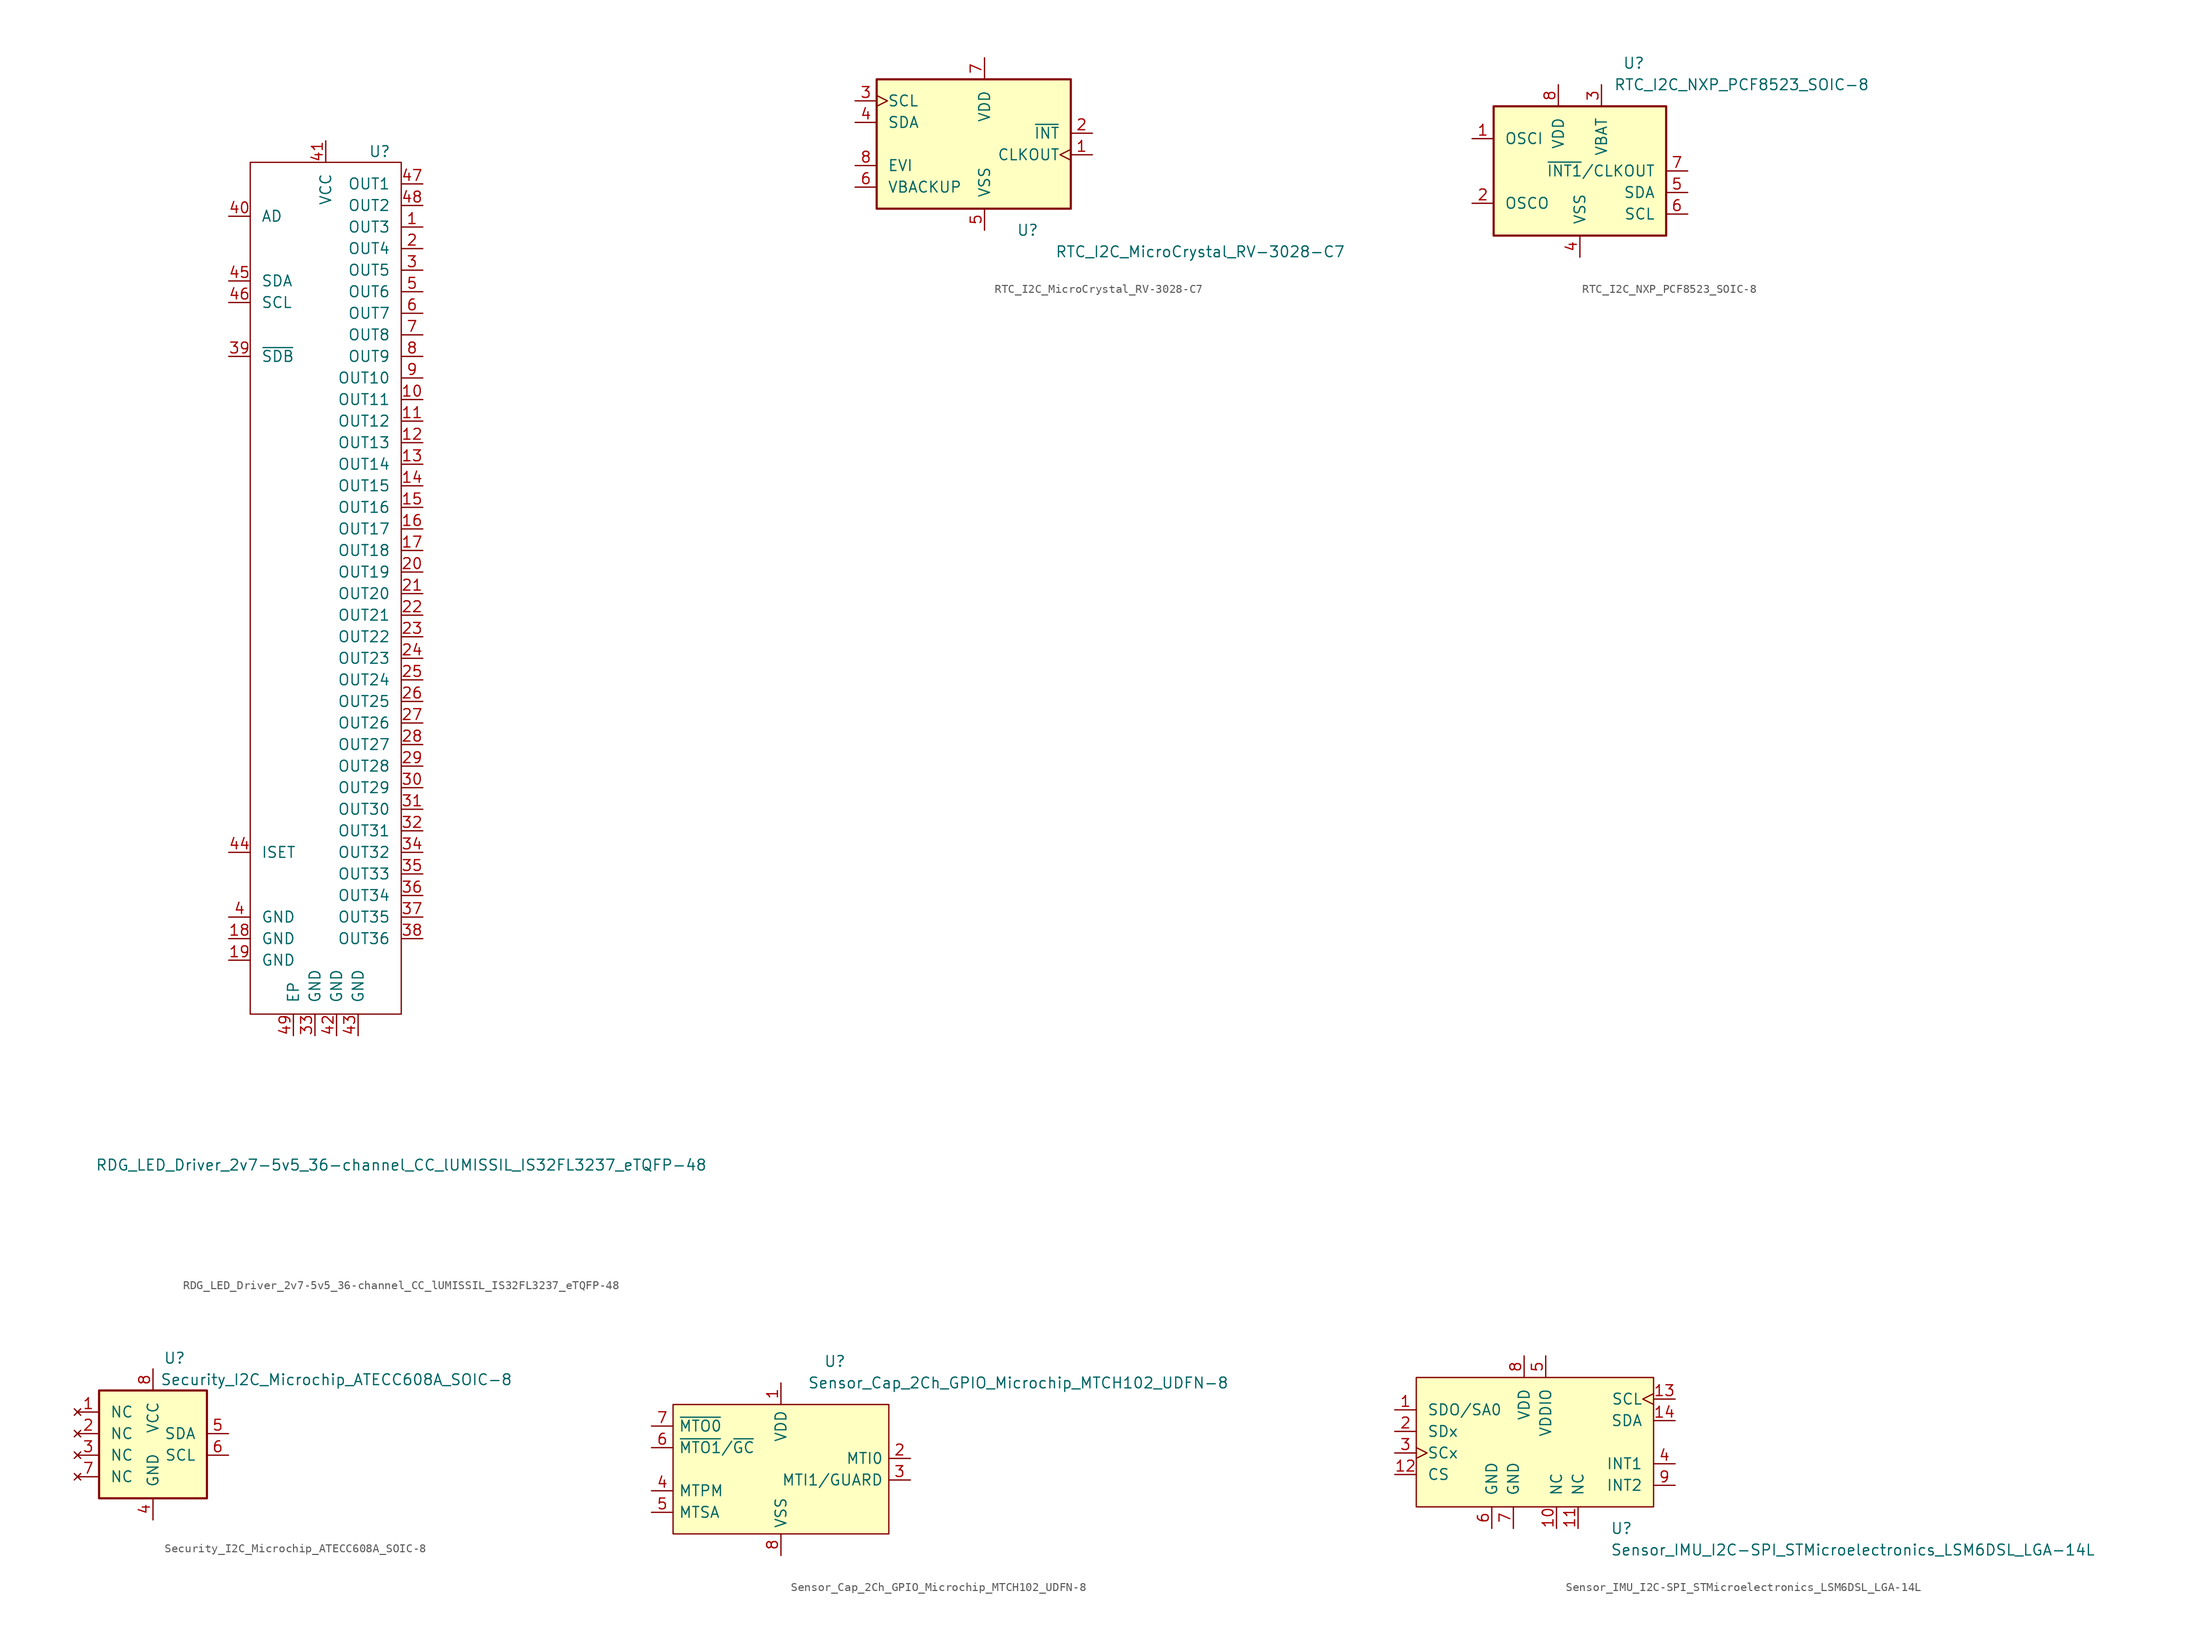
<source format=kicad_sym>
(kicad_symbol_lib
  (version 20211014)
  (generator kicad_symbol_editor)
  (symbol "RDG_LED_Driver_2v7-5v5_36-channel_CC_lUMISSIL_IS32FL3237_eTQFP-48"
    (pin_names
      (offset 1.27))
    (property "Reference" "U"
      (at 6.35 12.7 0)
      (effects (font (size 1.27 1.27))))
    (property "Value" "RDG_LED_Driver_2v7-5v5_36-channel_CC_lUMISSIL_IS32FL3237_eTQFP-48"
      (at 8.89 -106.68 0)
      (effects (font (size 1.27 1.27))))
    (symbol "RDG_LED_Driver_2v7-5v5_36-channel_CC_lUMISSIL_IS32FL3237_eTQFP-48_0_1"
      (rectangle (start -8.89 -88.9) (end 8.89 11.43) (stroke (width 0) (type default) (color 0 0 0 0)) (fill (type none))))
    (symbol "RDG_LED_Driver_2v7-5v5_36-channel_CC_lUMISSIL_IS32FL3237_eTQFP-48_1_1"
      (pin power_in line (at 11.43 3.81 180) (length 2.54) (name "OUT3" (effects (font (size 1.27 1.27)))) (number "1" (effects (font (size 1.27 1.27)))))
      (pin power_in line (at 11.43 -16.51 180) (length 2.54) (name "OUT11" (effects (font (size 1.27 1.27)))) (number "10" (effects (font (size 1.27 1.27)))))
      (pin power_in line (at 11.43 -19.05 180) (length 2.54) (name "OUT12" (effects (font (size 1.27 1.27)))) (number "11" (effects (font (size 1.27 1.27)))))
      (pin power_in line (at 11.43 -21.59 180) (length 2.54) (name "OUT13" (effects (font (size 1.27 1.27)))) (number "12" (effects (font (size 1.27 1.27)))))
      (pin power_in line (at 11.43 -24.13 180) (length 2.54) (name "OUT14" (effects (font (size 1.27 1.27)))) (number "13" (effects (font (size 1.27 1.27)))))
      (pin power_in line (at 11.43 -26.67 180) (length 2.54) (name "OUT15" (effects (font (size 1.27 1.27)))) (number "14" (effects (font (size 1.27 1.27)))))
      (pin power_in line (at 11.43 -29.21 180) (length 2.54) (name "OUT16" (effects (font (size 1.27 1.27)))) (number "15" (effects (font (size 1.27 1.27)))))
      (pin power_in line (at 11.43 -31.75 180) (length 2.54) (name "OUT17" (effects (font (size 1.27 1.27)))) (number "16" (effects (font (size 1.27 1.27)))))
      (pin power_in line (at 11.43 -34.29 180) (length 2.54) (name "OUT18" (effects (font (size 1.27 1.27)))) (number "17" (effects (font (size 1.27 1.27)))))
      (pin power_out line (at -11.43 -80.01 0) (length 2.54) (name "GND" (effects (font (size 1.27 1.27)))) (number "18" (effects (font (size 1.27 1.27)))))
      (pin power_out line (at -11.43 -82.55 0) (length 2.54) (name "GND" (effects (font (size 1.27 1.27)))) (number "19" (effects (font (size 1.27 1.27)))))
      (pin power_in line (at 11.43 1.27 180) (length 2.54) (name "OUT4" (effects (font (size 1.27 1.27)))) (number "2" (effects (font (size 1.27 1.27)))))
      (pin power_in line (at 11.43 -36.83 180) (length 2.54) (name "OUT19" (effects (font (size 1.27 1.27)))) (number "20" (effects (font (size 1.27 1.27)))))
      (pin power_in line (at 11.43 -39.37 180) (length 2.54) (name "OUT20" (effects (font (size 1.27 1.27)))) (number "21" (effects (font (size 1.27 1.27)))))
      (pin power_in line (at 11.43 -41.91 180) (length 2.54) (name "OUT21" (effects (font (size 1.27 1.27)))) (number "22" (effects (font (size 1.27 1.27)))))
      (pin power_in line (at 11.43 -44.45 180) (length 2.54) (name "OUT22" (effects (font (size 1.27 1.27)))) (number "23" (effects (font (size 1.27 1.27)))))
      (pin power_in line (at 11.43 -46.99 180) (length 2.54) (name "OUT23" (effects (font (size 1.27 1.27)))) (number "24" (effects (font (size 1.27 1.27)))))
      (pin power_in line (at 11.43 -49.53 180) (length 2.54) (name "OUT24" (effects (font (size 1.27 1.27)))) (number "25" (effects (font (size 1.27 1.27)))))
      (pin power_in line (at 11.43 -52.07 180) (length 2.54) (name "OUT25" (effects (font (size 1.27 1.27)))) (number "26" (effects (font (size 1.27 1.27)))))
      (pin power_in line (at 11.43 -54.61 180) (length 2.54) (name "OUT26" (effects (font (size 1.27 1.27)))) (number "27" (effects (font (size 1.27 1.27)))))
      (pin power_in line (at 11.43 -57.15 180) (length 2.54) (name "OUT27" (effects (font (size 1.27 1.27)))) (number "28" (effects (font (size 1.27 1.27)))))
      (pin power_in line (at 11.43 -59.69 180) (length 2.54) (name "OUT28" (effects (font (size 1.27 1.27)))) (number "29" (effects (font (size 1.27 1.27)))))
      (pin power_in line (at 11.43 -1.27 180) (length 2.54) (name "OUT5" (effects (font (size 1.27 1.27)))) (number "3" (effects (font (size 1.27 1.27)))))
      (pin power_in line (at 11.43 -62.23 180) (length 2.54) (name "OUT29" (effects (font (size 1.27 1.27)))) (number "30" (effects (font (size 1.27 1.27)))))
      (pin power_in line (at 11.43 -64.77 180) (length 2.54) (name "OUT30" (effects (font (size 1.27 1.27)))) (number "31" (effects (font (size 1.27 1.27)))))
      (pin power_in line (at 11.43 -67.31 180) (length 2.54) (name "OUT31" (effects (font (size 1.27 1.27)))) (number "32" (effects (font (size 1.27 1.27)))))
      (pin power_out line (at -1.27 -91.44 90) (length 2.54) (name "GND" (effects (font (size 1.27 1.27)))) (number "33" (effects (font (size 1.27 1.27)))))
      (pin power_in line (at 11.43 -69.85 180) (length 2.54) (name "OUT32" (effects (font (size 1.27 1.27)))) (number "34" (effects (font (size 1.27 1.27)))))
      (pin power_in line (at 11.43 -72.39 180) (length 2.54) (name "OUT33" (effects (font (size 1.27 1.27)))) (number "35" (effects (font (size 1.27 1.27)))))
      (pin power_in line (at 11.43 -74.93 180) (length 2.54) (name "OUT34" (effects (font (size 1.27 1.27)))) (number "36" (effects (font (size 1.27 1.27)))))
      (pin power_in line (at 11.43 -77.47 180) (length 2.54) (name "OUT35" (effects (font (size 1.27 1.27)))) (number "37" (effects (font (size 1.27 1.27)))))
      (pin power_in line (at 11.43 -80.01 180) (length 2.54) (name "OUT36" (effects (font (size 1.27 1.27)))) (number "38" (effects (font (size 1.27 1.27)))))
      (pin input line (at -11.43 -11.43 0) (length 2.54) (name "~{SDB}" (effects (font (size 1.27 1.27)))) (number "39" (effects (font (size 1.27 1.27)))))
      (pin power_out line (at -11.43 -77.47 0) (length 2.54) (name "GND" (effects (font (size 1.27 1.27)))) (number "4" (effects (font (size 1.27 1.27)))))
      (pin input line (at -11.43 5.08 0) (length 2.54) (name "AD" (effects (font (size 1.27 1.27)))) (number "40" (effects (font (size 1.27 1.27)))))
      (pin power_in line (at 0 13.97 270) (length 2.54) (name "VCC" (effects (font (size 1.27 1.27)))) (number "41" (effects (font (size 1.27 1.27)))))
      (pin power_out line (at 1.27 -91.44 90) (length 2.54) (name "GND" (effects (font (size 1.27 1.27)))) (number "42" (effects (font (size 1.27 1.27)))))
      (pin power_out line (at 3.81 -91.44 90) (length 2.54) (name "GND" (effects (font (size 1.27 1.27)))) (number "43" (effects (font (size 1.27 1.27)))))
      (pin power_out line (at -11.43 -69.85 0) (length 2.54) (name "ISET" (effects (font (size 1.27 1.27)))) (number "44" (effects (font (size 1.27 1.27)))))
      (pin input line (at -11.43 -2.54 0) (length 2.54) (name "SDA" (effects (font (size 1.27 1.27)))) (number "45" (effects (font (size 1.27 1.27)))))
      (pin input line (at -11.43 -5.08 0) (length 2.54) (name "SCL" (effects (font (size 1.27 1.27)))) (number "46" (effects (font (size 1.27 1.27)))))
      (pin power_in line (at 11.43 8.89 180) (length 2.54) (name "OUT1" (effects (font (size 1.27 1.27)))) (number "47" (effects (font (size 1.27 1.27)))))
      (pin power_in line (at 11.43 6.35 180) (length 2.54) (name "OUT2" (effects (font (size 1.27 1.27)))) (number "48" (effects (font (size 1.27 1.27)))))
      (pin power_out line (at -3.81 -91.44 90) (length 2.54) (name "EP" (effects (font (size 1.27 1.27)))) (number "49" (effects (font (size 1.27 1.27)))))
      (pin power_in line (at 11.43 -3.81 180) (length 2.54) (name "OUT6" (effects (font (size 1.27 1.27)))) (number "5" (effects (font (size 1.27 1.27)))))
      (pin power_in line (at 11.43 -6.35 180) (length 2.54) (name "OUT7" (effects (font (size 1.27 1.27)))) (number "6" (effects (font (size 1.27 1.27)))))
      (pin power_in line (at 11.43 -8.89 180) (length 2.54) (name "OUT8" (effects (font (size 1.27 1.27)))) (number "7" (effects (font (size 1.27 1.27)))))
      (pin power_in line (at 11.43 -11.43 180) (length 2.54) (name "OUT9" (effects (font (size 1.27 1.27)))) (number "8" (effects (font (size 1.27 1.27)))))
      (pin power_in line (at 11.43 -13.97 180) (length 2.54) (name "OUT10" (effects (font (size 1.27 1.27)))) (number "9" (effects (font (size 1.27 1.27)))))))
  (symbol "RTC_I2C_MicroCrystal_RV-3028-C7"
    (pin_names
      (offset 1.27))
    (property "Reference" "U"
      (at 6.35 -10.16 0)
      (effects (font (size 1.27 1.27))))
    (property "Value" "RTC_I2C_MicroCrystal_RV-3028-C7"
      (at 26.67 -12.7 0)
      (effects (font (size 1.27 1.27))))
    (symbol "RTC_I2C_MicroCrystal_RV-3028-C7_1_1"
      (rectangle (start 11.43 7.62) (end -11.43 -7.62) (stroke (width 0.254) (type default) (color 0 0 0 0)) (fill (type background)))
      (pin output clock (at 13.97 -1.27 180) (length 2.54) (name "CLKOUT" (effects (font (size 1.27 1.27)))) (number "1" (effects (font (size 1.27 1.27)))))
      (pin open_collector line (at 13.97 1.27 180) (length 2.54) (name "~{INT}" (effects (font (size 1.27 1.27)))) (number "2" (effects (font (size 1.27 1.27)))))
      (pin input clock (at -13.97 5.08 0) (length 2.54) (name "SCL" (effects (font (size 1.27 1.27)))) (number "3" (effects (font (size 1.27 1.27)))))
      (pin bidirectional line (at -13.97 2.54 0) (length 2.54) (name "SDA" (effects (font (size 1.27 1.27)))) (number "4" (effects (font (size 1.27 1.27)))))
      (pin power_in line (at 1.27 -10.16 90) (length 2.54) (name "VSS" (effects (font (size 1.27 1.27)))) (number "5" (effects (font (size 1.27 1.27)))))
      (pin power_in line (at -13.97 -5.08 0) (length 2.54) (name "VBACKUP" (effects (font (size 1.27 1.27)))) (number "6" (effects (font (size 1.27 1.27)))))
      (pin power_in line (at 1.27 10.16 270) (length 2.54) (name "VDD" (effects (font (size 1.27 1.27)))) (number "7" (effects (font (size 1.27 1.27)))))
      (pin input line (at -13.97 -2.54 0) (length 2.54) (name "EVI" (effects (font (size 1.27 1.27)))) (number "8" (effects (font (size 1.27 1.27)))))))
  (symbol "RTC_I2C_NXP_PCF8523_SOIC-8"
    (pin_names
      (offset 1.27))
    (property "Reference" "U"
      (at 6.35 12.7 0)
      (effects (font (size 1.27 1.27))))
    (property "Value" "RTC_I2C_NXP_PCF8523_SOIC-8"
      (at 19.05 10.16 0)
      (effects (font (size 1.27 1.27))))
    (symbol "RTC_I2C_NXP_PCF8523_SOIC-8_1_1"
      (rectangle (start -10.16 7.62) (end 10.16 -7.62) (stroke (width 0.254) (type default) (color 0 0 0 0)) (fill (type background)))
      (pin input line (at -12.7 3.81 0) (length 2.54) (name "OSCI" (effects (font (size 1.27 1.27)))) (number "1" (effects (font (size 1.27 1.27)))))
      (pin output line (at -12.7 -3.81 0) (length 2.54) (name "OSCO" (effects (font (size 1.27 1.27)))) (number "2" (effects (font (size 1.27 1.27)))))
      (pin power_in line (at 2.54 10.16 270) (length 2.54) (name "VBAT" (effects (font (size 1.27 1.27)))) (number "3" (effects (font (size 1.27 1.27)))))
      (pin power_in line (at 0 -10.16 90) (length 2.54) (name "VSS" (effects (font (size 1.27 1.27)))) (number "4" (effects (font (size 1.27 1.27)))))
      (pin bidirectional line (at 12.7 -2.54 180) (length 2.54) (name "SDA" (effects (font (size 1.27 1.27)))) (number "5" (effects (font (size 1.27 1.27)))))
      (pin input line (at 12.7 -5.08 180) (length 2.54) (name "SCL" (effects (font (size 1.27 1.27)))) (number "6" (effects (font (size 1.27 1.27)))))
      (pin open_collector line (at 12.7 0 180) (length 2.54) (name "~{INT1}/CLKOUT" (effects (font (size 1.27 1.27)))) (number "7" (effects (font (size 1.27 1.27)))))
      (pin power_in line (at -2.54 10.16 270) (length 2.54) (name "VDD" (effects (font (size 1.27 1.27)))) (number "8" (effects (font (size 1.27 1.27)))))))
  (symbol "Security_I2C_Microchip_ATECC608A_SOIC-8"
    (pin_names
      (offset 1.27))
    (property "Reference" "U"
      (at 1.27 10.16 0)
      (effects (font (size 1.27 1.27))))
    (property "Value" "Security_I2C_Microchip_ATECC608A_SOIC-8"
      (at 20.32 7.62 0)
      (effects (font (size 1.27 1.27))))
    (symbol "Security_I2C_Microchip_ATECC608A_SOIC-8_0_0"
      (pin no_connect line (at -10.16 3.81 0) (length 2.54) (name "NC" (effects (font (size 1.27 1.27)))) (number "1" (effects (font (size 1.27 1.27)))))
      (pin no_connect line (at -10.16 1.27 0) (length 2.54) (name "NC" (effects (font (size 1.27 1.27)))) (number "2" (effects (font (size 1.27 1.27)))))
      (pin no_connect line (at -10.16 -1.27 0) (length 2.54) (name "NC" (effects (font (size 1.27 1.27)))) (number "3" (effects (font (size 1.27 1.27)))))
      (pin no_connect line (at -10.16 -3.81 0) (length 2.54) (name "NC" (effects (font (size 1.27 1.27)))) (number "7" (effects (font (size 1.27 1.27))))))
    (symbol "Security_I2C_Microchip_ATECC608A_SOIC-8_1_1"
      (rectangle (start -7.62 6.35) (end 5.08 -6.35) (stroke (width 0.254) (type default) (color 0 0 0 0)) (fill (type background)))
      (pin power_in line (at -1.27 -8.89 90) (length 2.54) (name "GND" (effects (font (size 1.27 1.27)))) (number "4" (effects (font (size 1.27 1.27)))))
      (pin bidirectional line (at 7.62 1.27 180) (length 2.54) (name "SDA" (effects (font (size 1.27 1.27)))) (number "5" (effects (font (size 1.27 1.27)))))
      (pin input line (at 7.62 -1.27 180) (length 2.54) (name "SCL" (effects (font (size 1.27 1.27)))) (number "6" (effects (font (size 1.27 1.27)))))
      (pin power_in line (at -1.27 8.89 270) (length 2.54) (name "VCC" (effects (font (size 1.27 1.27)))) (number "8" (effects (font (size 1.27 1.27)))))))
  (symbol "Sensor_Cap_2Ch_GPIO_Microchip_MTCH102_UDFN-8"
    (pin_names
      (offset 0.635))
    (property "Reference" "U"
      (at 6.35 12.7 0)
      (effects (font (size 1.27 1.27))))
    (property "Value" "Sensor_Cap_2Ch_GPIO_Microchip_MTCH102_UDFN-8"
      (at 27.94 10.16 0)
      (effects (font (size 1.27 1.27))))
    (symbol "Sensor_Cap_2Ch_GPIO_Microchip_MTCH102_UDFN-8_0_0"
      (pin power_in line (at 0 10.16 270) (length 2.54) (name "VDD" (effects (font (size 1.27 1.27)))) (number "1" (effects (font (size 1.27 1.27)))))
      (pin input line (at 15.24 1.27 180) (length 2.54) (name "MTI0" (effects (font (size 1.27 1.27)))) (number "2" (effects (font (size 1.27 1.27)))))
      (pin bidirectional line (at 15.24 -1.27 180) (length 2.54) (name "MTI1/GUARD" (effects (font (size 1.27 1.27)))) (number "3" (effects (font (size 1.27 1.27)))))
      (pin input line (at -15.24 -2.54 0) (length 2.54) (name "MTPM" (effects (font (size 1.27 1.27)))) (number "4" (effects (font (size 1.27 1.27)))))
      (pin input line (at -15.24 -5.08 0) (length 2.54) (name "MTSA" (effects (font (size 1.27 1.27)))) (number "5" (effects (font (size 1.27 1.27)))))
      (pin bidirectional line (at -15.24 2.54 0) (length 2.54) (name "~{MTO1}/~{GC}" (effects (font (size 1.27 1.27)))) (number "6" (effects (font (size 1.27 1.27)))))
      (pin open_collector line (at -15.24 5.08 0) (length 2.54) (name "~{MTO0}" (effects (font (size 1.27 1.27)))) (number "7" (effects (font (size 1.27 1.27)))))
      (pin power_in line (at 0 -10.16 90) (length 2.54) (name "VSS" (effects (font (size 1.27 1.27)))) (number "8" (effects (font (size 1.27 1.27))))))
    (symbol "Sensor_Cap_2Ch_GPIO_Microchip_MTCH102_UDFN-8_0_1"
      (rectangle (start -12.7 7.62) (end 12.7 -7.62) (stroke (width 0) (type default) (color 0 0 0 0)) (fill (type background)))))
  (symbol "Sensor_IMU_I2C-SPI_STMicroelectronics_LSM6DSL_LGA-14L"
    (pin_names
      (offset 1.27))
    (property "Reference" "U"
      (at 8.89 -10.16 0)
      (effects (font (size 1.27 1.27)) (justify left)))
    (property "Value" "Sensor_IMU_I2C-SPI_STMicroelectronics_LSM6DSL_LGA-14L"
      (at 8.89 -12.7 0)
      (effects (font (size 1.27 1.27)) (justify left)))
    (symbol "Sensor_IMU_I2C-SPI_STMicroelectronics_LSM6DSL_LGA-14L_0_0"
      (pin bidirectional line (at -16.51 3.81 0) (length 2.54) (name "SDO/SA0" (effects (font (size 1.27 1.27)))) (number "1" (effects (font (size 1.27 1.27)))))
      (pin passive line (at 2.54 -10.16 90) (length 2.54) (name "NC" (effects (font (size 1.27 1.27)))) (number "10" (effects (font (size 1.27 1.27)))))
      (pin passive line (at 5.08 -10.16 90) (length 2.54) (name "NC" (effects (font (size 1.27 1.27)))) (number "11" (effects (font (size 1.27 1.27)))))
      (pin input line (at -16.51 -3.81 0) (length 2.54) (name "CS" (effects (font (size 1.27 1.27)))) (number "12" (effects (font (size 1.27 1.27)))))
      (pin input clock (at 16.51 5.08 180) (length 2.54) (name "SCL" (effects (font (size 1.27 1.27)))) (number "13" (effects (font (size 1.27 1.27)))))
      (pin bidirectional line (at 16.51 2.54 180) (length 2.54) (name "SDA" (effects (font (size 1.27 1.27)))) (number "14" (effects (font (size 1.27 1.27)))))
      (pin bidirectional line (at -16.51 1.27 0) (length 2.54) (name "SDx" (effects (font (size 1.27 1.27)))) (number "2" (effects (font (size 1.27 1.27)))))
      (pin bidirectional clock (at -16.51 -1.27 0) (length 2.54) (name "SCx" (effects (font (size 1.27 1.27)))) (number "3" (effects (font (size 1.27 1.27)))))
      (pin output line (at 16.51 -2.54 180) (length 2.54) (name "INT1" (effects (font (size 1.27 1.27)))) (number "4" (effects (font (size 1.27 1.27)))))
      (pin power_in line (at 1.27 10.16 270) (length 2.54) (name "VDDIO" (effects (font (size 1.27 1.27)))) (number "5" (effects (font (size 1.27 1.27)))))
      (pin power_in line (at -5.08 -10.16 90) (length 2.54) (name "GND" (effects (font (size 1.27 1.27)))) (number "6" (effects (font (size 1.27 1.27)))))
      (pin passive line (at -2.54 -10.16 90) (length 2.54) (name "GND" (effects (font (size 1.27 1.27)))) (number "7" (effects (font (size 1.27 1.27)))))
      (pin power_in line (at -1.27 10.16 270) (length 2.54) (name "VDD" (effects (font (size 1.27 1.27)))) (number "8" (effects (font (size 1.27 1.27)))))
      (pin output line (at 16.51 -5.08 180) (length 2.54) (name "INT2" (effects (font (size 1.27 1.27)))) (number "9" (effects (font (size 1.27 1.27))))))
    (symbol "Sensor_IMU_I2C-SPI_STMicroelectronics_LSM6DSL_LGA-14L_0_1"
      (rectangle (start -13.97 7.62) (end 13.97 -7.62) (stroke (width 0) (type default) (color 0 0 0 0)) (fill (type background))))))
</source>
